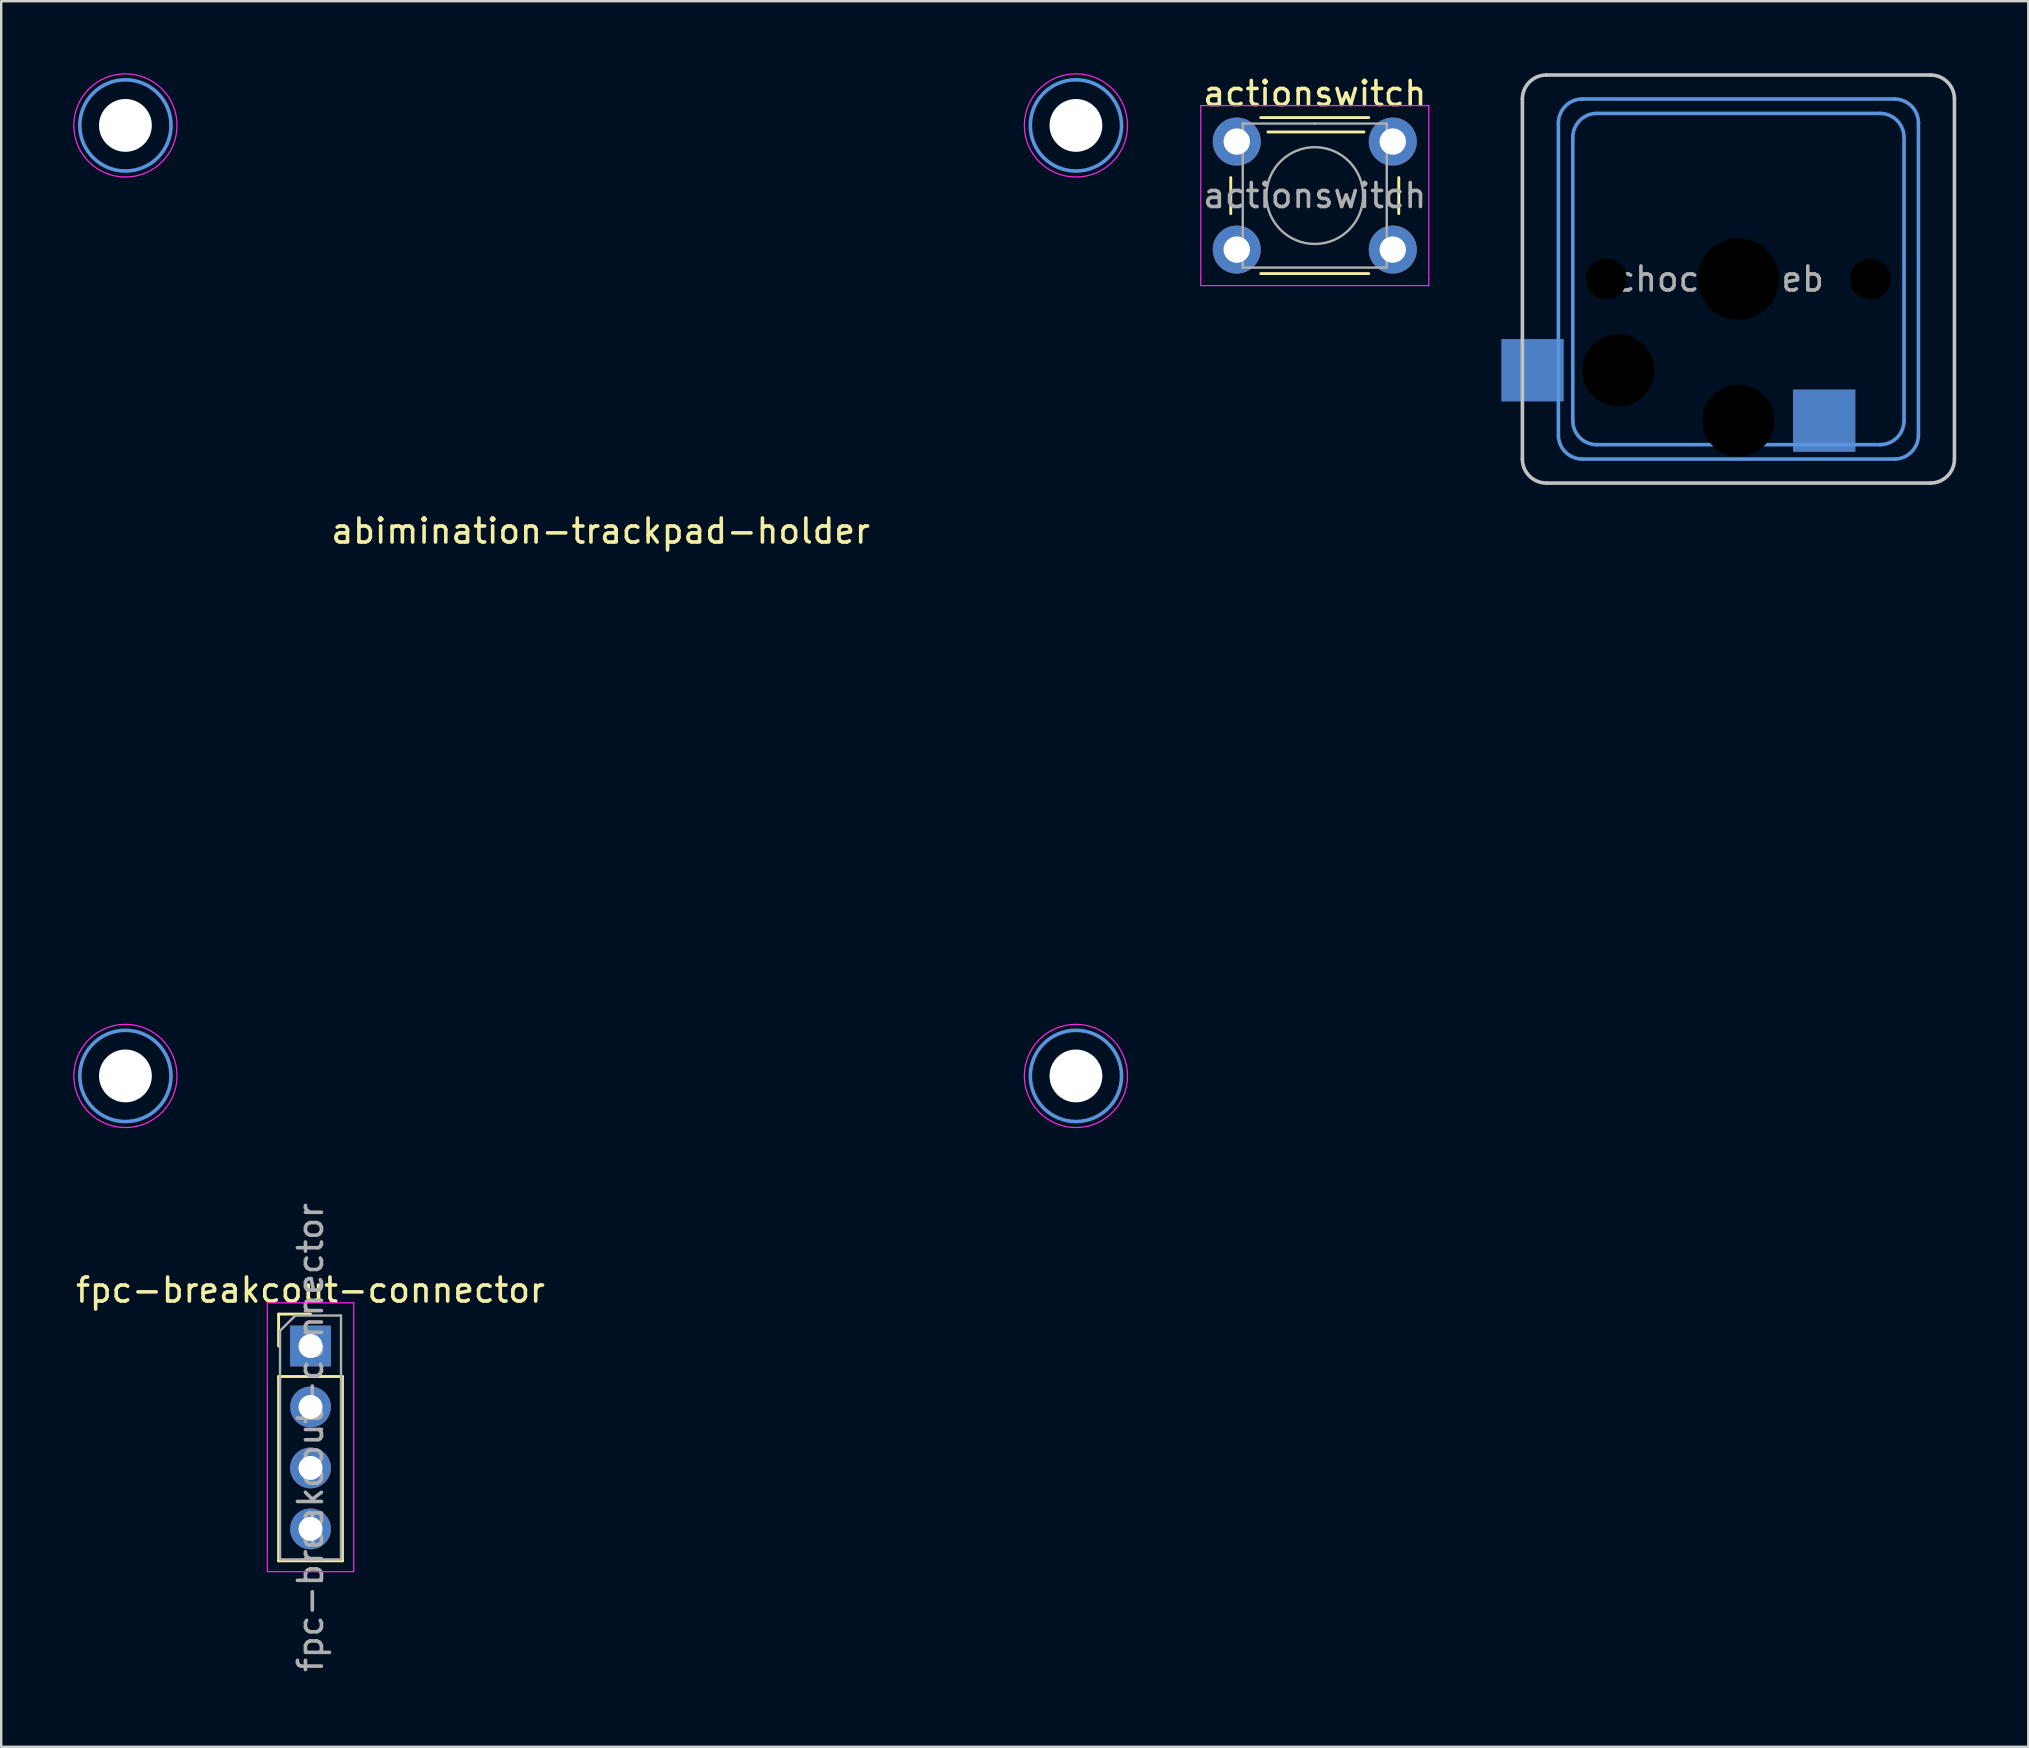
<source format=kicad_pcb>
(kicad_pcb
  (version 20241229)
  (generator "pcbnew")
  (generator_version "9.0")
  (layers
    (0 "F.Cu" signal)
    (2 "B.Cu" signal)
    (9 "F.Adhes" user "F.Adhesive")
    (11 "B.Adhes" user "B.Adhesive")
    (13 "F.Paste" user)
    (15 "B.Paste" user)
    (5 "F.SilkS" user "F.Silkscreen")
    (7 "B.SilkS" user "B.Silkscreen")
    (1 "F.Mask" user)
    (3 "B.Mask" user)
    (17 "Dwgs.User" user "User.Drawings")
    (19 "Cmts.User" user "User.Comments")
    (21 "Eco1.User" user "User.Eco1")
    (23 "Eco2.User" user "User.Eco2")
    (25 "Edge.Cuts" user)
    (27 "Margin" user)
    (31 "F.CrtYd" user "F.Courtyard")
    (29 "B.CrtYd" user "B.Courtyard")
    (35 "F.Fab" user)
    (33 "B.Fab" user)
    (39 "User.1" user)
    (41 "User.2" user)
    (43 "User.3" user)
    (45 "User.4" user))
  (footprint "choc-kleeb"
    (layer "F.Cu")
    (at 68.575 8.575)
    (property "Reference" "choc-kleeb" (at 0 0 0) (layer "F.Fab") (effects (font (size 1 1) (thickness 0.15))))
    (attr through_hole)
    (fp_line (start -8.2 7.5) (end -8.2 -7.5) (stroke (width 0.15) (type solid)) (layer "Dwgs.User"))
    (fp_line (start -7.2 -8.5) (end 8.8 -8.5) (stroke (width 0.15) (type solid)) (layer "Dwgs.User"))
    (fp_line (start 8.8 8.5) (end -7.2 8.5) (stroke (width 0.15) (type solid)) (layer "Dwgs.User"))
    (fp_line (start 9.8 -7.5) (end 9.8 7.5) (stroke (width 0.15) (type solid)) (layer "Dwgs.User"))
    (fp_arc (start -8.2 -7.5) (mid -7.907107 -8.207107) (end -7.2 -8.5) (stroke (width 0.15) (type solid)) (layer "Dwgs.User"))
    (fp_arc (start -7.2 8.5) (mid -7.907107 8.207107) (end -8.2 7.5) (stroke (width 0.15) (type solid)) (layer "Dwgs.User"))
    (fp_arc (start 8.8 -8.5) (mid 9.507107 -8.207107) (end 9.8 -7.5) (stroke (width 0.15) (type solid)) (layer "Dwgs.User"))
    (fp_arc (start 9.8 7.5) (mid 9.507107 8.207107) (end 8.8 8.5) (stroke (width 0.15) (type solid)) (layer "Dwgs.User"))
    (fp_line (start -6.7 6.5) (end -6.7 -6.5) (stroke (width 0.15) (type solid)) (layer "Cmts.User"))
    (fp_line (start -6.1 5.9) (end -6.1 -5.9) (stroke (width 0.15) (type solid)) (layer "Cmts.User"))
    (fp_line (start -5.7 -7.5) (end 7.3 -7.5) (stroke (width 0.15) (type solid)) (layer "Cmts.User"))
    (fp_line (start -5.1 -6.9) (end 6.7 -6.9) (stroke (width 0.15) (type solid)) (layer "Cmts.User"))
    (fp_line (start 6.7 6.9) (end -5.1 6.9) (stroke (width 0.15) (type solid)) (layer "Cmts.User"))
    (fp_line (start 7.3 7.5) (end -5.7 7.5) (stroke (width 0.15) (type solid)) (layer "Cmts.User"))
    (fp_line (start 7.7 -5.9) (end 7.7 5.9) (stroke (width 0.15) (type solid)) (layer "Cmts.User"))
    (fp_line (start 8.3 -6.5) (end 8.3 6.5) (stroke (width 0.15) (type solid)) (layer "Cmts.User"))
    (fp_arc (start -6.7 -6.5) (mid -6.407107 -7.207107) (end -5.7 -7.5) (stroke (width 0.15) (type solid)) (layer "Cmts.User"))
    (fp_arc (start -6.1 -5.9) (mid -5.807107 -6.607107) (end -5.1 -6.9) (stroke (width 0.15) (type solid)) (layer "Cmts.User"))
    (fp_arc (start -5.7 7.5) (mid -6.407107 7.207107) (end -6.7 6.5) (stroke (width 0.15) (type solid)) (layer "Cmts.User"))
    (fp_arc (start -5.1 6.9) (mid -5.807107 6.607107) (end -6.1 5.9) (stroke (width 0.15) (type solid)) (layer "Cmts.User"))
    (fp_arc (start 6.7 -6.9) (mid 7.407107 -6.607107) (end 7.7 -5.9) (stroke (width 0.15) (type solid)) (layer "Cmts.User"))
    (fp_arc (start 7.3 -7.5) (mid 8.007107 -7.207107) (end 8.3 -6.5) (stroke (width 0.15) (type solid)) (layer "Cmts.User"))
    (fp_arc (start 7.7 5.9) (mid 7.407107 6.607107) (end 6.7 6.9) (stroke (width 0.15) (type solid)) (layer "Cmts.User"))
    (fp_arc (start 8.3 6.5) (mid 8.007107 7.207107) (end 7.3 7.5) (stroke (width 0.15) (type solid)) (layer "Cmts.User"))
    (pad "" np_thru_hole circle (at -4.7 0 180) (size 1.7 1.7) (drill 1.7) (layers "*.Mask"))
    (pad "" np_thru_hole circle (at -4.2 3.8 180) (size 3 3) (drill 3) (layers "*.Mask"))
    (pad "" np_thru_hole circle (at 0.8 0 180) (size 3.4 3.4) (drill 3.4) (layers "*.Mask"))
    (pad "" np_thru_hole circle (at 0.8 5.9 180) (size 3 3) (drill 3) (layers "*.Mask"))
    (pad "" np_thru_hole circle (at 6.3 0 180) (size 1.7 1.7) (drill 1.7) (layers "*.Mask"))
    (pad "1" smd rect (at 4.375 5.9 180) (size 2.6 2.6) (layers "B.Cu" "B.Mask"))
    (pad "2" smd rect (at -7.775 3.8 180) (size 2.6 2.6) (layers "B.Cu" "B.Mask")))
  (footprint "abimination-trackpad-holder"
    (layer "F.Cu")
    (at 21.975 21.975)
    (property "Reference" "abimination-trackpad-holder" (at 0 -2.9 0) (layer "F.SilkS") (effects (font (size 1 1) (thickness 0.15))))
    (attr exclude_from_pos_files exclude_from_bom)
    (fp_circle (center -19.8 -19.8) (end -17.9 -19.8) (stroke (width 0.15) (type solid)) (fill no) (layer "Cmts.User"))
    (fp_circle (center -19.8 19.8) (end -17.9 19.8) (stroke (width 0.15) (type solid)) (fill no) (layer "Cmts.User"))
    (fp_circle (center 19.8 -19.8) (end 21.7 -19.8) (stroke (width 0.15) (type solid)) (fill no) (layer "Cmts.User"))
    (fp_circle (center 19.8 19.8) (end 21.7 19.8) (stroke (width 0.15) (type solid)) (fill no) (layer "Cmts.User"))
    (fp_circle (center -19.8 -19.8) (end -17.65 -19.8) (stroke (width 0.05) (type solid)) (fill no) (layer "F.CrtYd"))
    (fp_circle (center -19.8 19.8) (end -17.65 19.8) (stroke (width 0.05) (type solid)) (fill no) (layer "F.CrtYd"))
    (fp_circle (center 19.8 -19.8) (end 21.95 -19.8) (stroke (width 0.05) (type solid)) (fill no) (layer "F.CrtYd"))
    (fp_circle (center 19.8 19.8) (end 21.95 19.8) (stroke (width 0.05) (type solid)) (fill no) (layer "F.CrtYd"))
    (pad "" np_thru_hole circle (at -19.8 -19.8) (size 2.2 2.2) (drill 2.2) (layers "*.Cu" "*.Mask"))
    (pad "" np_thru_hole circle (at -19.8 19.8) (size 2.2 2.2) (drill 2.2) (layers "*.Cu" "*.Mask"))
    (pad "" np_thru_hole circle (at 19.8 -19.8) (size 2.2 2.2) (drill 2.2) (layers "*.Cu" "*.Mask"))
    (pad "" np_thru_hole circle (at 19.8 19.8) (size 2.2 2.2) (drill 2.2) (layers "*.Cu" "*.Mask")))
  (footprint "fpc-breakcout-connector"
    (layer "F.Cu")
    (at 9.887 53.027)
    (property "Reference" "fpc-breakcout-connector" (at 0 -2.33 0) (layer "F.SilkS") (effects (font (size 1 1) (thickness 0.15))))
    (attr through_hole)
    (fp_line (start -1.33 -1.33) (end 0 -1.33) (stroke (width 0.12) (type solid)) (layer "F.SilkS"))
    (fp_line (start -1.33 0) (end -1.33 -1.33) (stroke (width 0.12) (type solid)) (layer "F.SilkS"))
    (fp_line (start -1.33 1.27) (end -1.33 8.95) (stroke (width 0.12) (type solid)) (layer "F.SilkS"))
    (fp_line (start -1.33 1.27) (end 1.33 1.27) (stroke (width 0.12) (type solid)) (layer "F.SilkS"))
    (fp_line (start -1.33 8.95) (end 1.33 8.95) (stroke (width 0.12) (type solid)) (layer "F.SilkS"))
    (fp_line (start 1.33 1.27) (end 1.33 8.95) (stroke (width 0.12) (type solid)) (layer "F.SilkS"))
    (fp_line (start -1.8 -1.8) (end -1.8 9.4) (stroke (width 0.05) (type solid)) (layer "F.CrtYd"))
    (fp_line (start -1.8 9.4) (end 1.8 9.4) (stroke (width 0.05) (type solid)) (layer "F.CrtYd"))
    (fp_line (start 1.8 -1.8) (end -1.8 -1.8) (stroke (width 0.05) (type solid)) (layer "F.CrtYd"))
    (fp_line (start 1.8 9.4) (end 1.8 -1.8) (stroke (width 0.05) (type solid)) (layer "F.CrtYd"))
    (fp_line (start -1.27 -0.635) (end -0.635 -1.27) (stroke (width 0.1) (type solid)) (layer "F.Fab"))
    (fp_line (start -1.27 8.89) (end -1.27 -0.635) (stroke (width 0.1) (type solid)) (layer "F.Fab"))
    (fp_line (start -0.635 -1.27) (end 1.27 -1.27) (stroke (width 0.1) (type solid)) (layer "F.Fab"))
    (fp_line (start 1.27 -1.27) (end 1.27 8.89) (stroke (width 0.1) (type solid)) (layer "F.Fab"))
    (fp_line (start 1.27 8.89) (end -1.27 8.89) (stroke (width 0.1) (type solid)) (layer "F.Fab"))
    (fp_text user "${REFERENCE}" (at 0 3.81 90) (layer "F.Fab") (effects (font (size 1 1) (thickness 0.15))))
    (pad "1" thru_hole rect (at 0 0) (size 1.7 1.7) (drill 1) (layers "*.Cu" "*.Mask"))
    (pad "2" thru_hole oval (at 0 2.54) (size 1.7 1.7) (drill 1) (layers "*.Cu" "*.Mask"))
    (pad "3" thru_hole oval (at 0 5.08) (size 1.7 1.7) (drill 1) (layers "*.Cu" "*.Mask"))
    (pad "4" thru_hole oval (at 0 7.62) (size 1.7 1.7) (drill 1) (layers "*.Cu" "*.Mask")))
  (footprint "actionswitch"
    (layer "F.Cu")
    (at 48.475 2.848)
    (property "Reference" "actionswitch" (at 3.25 -2 0) (layer "F.SilkS") (effects (font (size 1 1) (thickness 0.15))))
    (attr through_hole)
    (fp_line (start -0.25 1.5) (end -0.25 3) (stroke (width 0.12) (type solid)) (layer "F.SilkS"))
    (fp_line (start 1 5.5) (end 5.5 5.5) (stroke (width 0.12) (type solid)) (layer "F.SilkS"))
    (fp_line (start 1.3 -0.4) (end 5.3 -0.4) (stroke (width 0.12) (type solid)) (layer "F.SilkS"))
    (fp_line (start 5.5 -1) (end 1 -1) (stroke (width 0.12) (type solid)) (layer "F.SilkS"))
    (fp_line (start 6.75 3) (end 6.75 1.5) (stroke (width 0.12) (type solid)) (layer "F.SilkS"))
    (fp_line (start -1.5 -1.5) (end -1.25 -1.5) (stroke (width 0.05) (type solid)) (layer "F.CrtYd"))
    (fp_line (start -1.5 -1.25) (end -1.5 -1.5) (stroke (width 0.05) (type solid)) (layer "F.CrtYd"))
    (fp_line (start -1.5 5.75) (end -1.5 -1.25) (stroke (width 0.05) (type solid)) (layer "F.CrtYd"))
    (fp_line (start -1.5 5.75) (end -1.5 6) (stroke (width 0.05) (type solid)) (layer "F.CrtYd"))
    (fp_line (start -1.5 6) (end -1.25 6) (stroke (width 0.05) (type solid)) (layer "F.CrtYd"))
    (fp_line (start -1.25 -1.5) (end 7.75 -1.5) (stroke (width 0.05) (type solid)) (layer "F.CrtYd"))
    (fp_line (start 7.75 -1.5) (end 8 -1.5) (stroke (width 0.05) (type solid)) (layer "F.CrtYd"))
    (fp_line (start 7.75 6) (end -1.25 6) (stroke (width 0.05) (type solid)) (layer "F.CrtYd"))
    (fp_line (start 7.75 6) (end 8 6) (stroke (width 0.05) (type solid)) (layer "F.CrtYd"))
    (fp_line (start 8 -1.5) (end 8 -1.25) (stroke (width 0.05) (type solid)) (layer "F.CrtYd"))
    (fp_line (start 8 -1.25) (end 8 5.75) (stroke (width 0.05) (type solid)) (layer "F.CrtYd"))
    (fp_line (start 8 6) (end 8 5.75) (stroke (width 0.05) (type solid)) (layer "F.CrtYd"))
    (fp_line (start 0.25 -0.75) (end 3.25 -0.75) (stroke (width 0.1) (type solid)) (layer "F.Fab"))
    (fp_line (start 0.25 5.25) (end 0.25 -0.75) (stroke (width 0.1) (type solid)) (layer "F.Fab"))
    (fp_line (start 3.25 -0.75) (end 6.25 -0.75) (stroke (width 0.1) (type solid)) (layer "F.Fab"))
    (fp_line (start 6.25 -0.75) (end 6.25 5.25) (stroke (width 0.1) (type solid)) (layer "F.Fab"))
    (fp_line (start 6.25 5.25) (end 0.25 5.25) (stroke (width 0.1) (type solid)) (layer "F.Fab"))
    (fp_circle (center 3.25 2.25) (end 1.25 2.5) (stroke (width 0.1) (type solid)) (fill no) (layer "F.Fab"))
    (fp_text user "${REFERENCE}" (at 3.25 2.25 0) (layer "F.Fab") (effects (font (size 1 1) (thickness 0.15))))
    (pad "1" thru_hole circle (at 0 0 90) (size 2 2) (drill 1.1) (layers "*.Cu" "*.Mask"))
    (pad "1" thru_hole circle (at 6.5 0 90) (size 2 2) (drill 1.1) (layers "*.Cu" "*.Mask"))
    (pad "2" thru_hole circle (at 0 4.5 90) (size 2 2) (drill 1.1) (layers "*.Cu" "*.Mask"))
    (pad "2" thru_hole circle (at 6.5 4.5 90) (size 2 2) (drill 1.1) (layers "*.Cu" "*.Mask")))
  (gr_rect
    (start -3 -3)
    (end 81.45 69.724)
    (stroke (width 0.1) (type default))
    (fill no)
    (layer "Edge.Cuts")))
</source>
